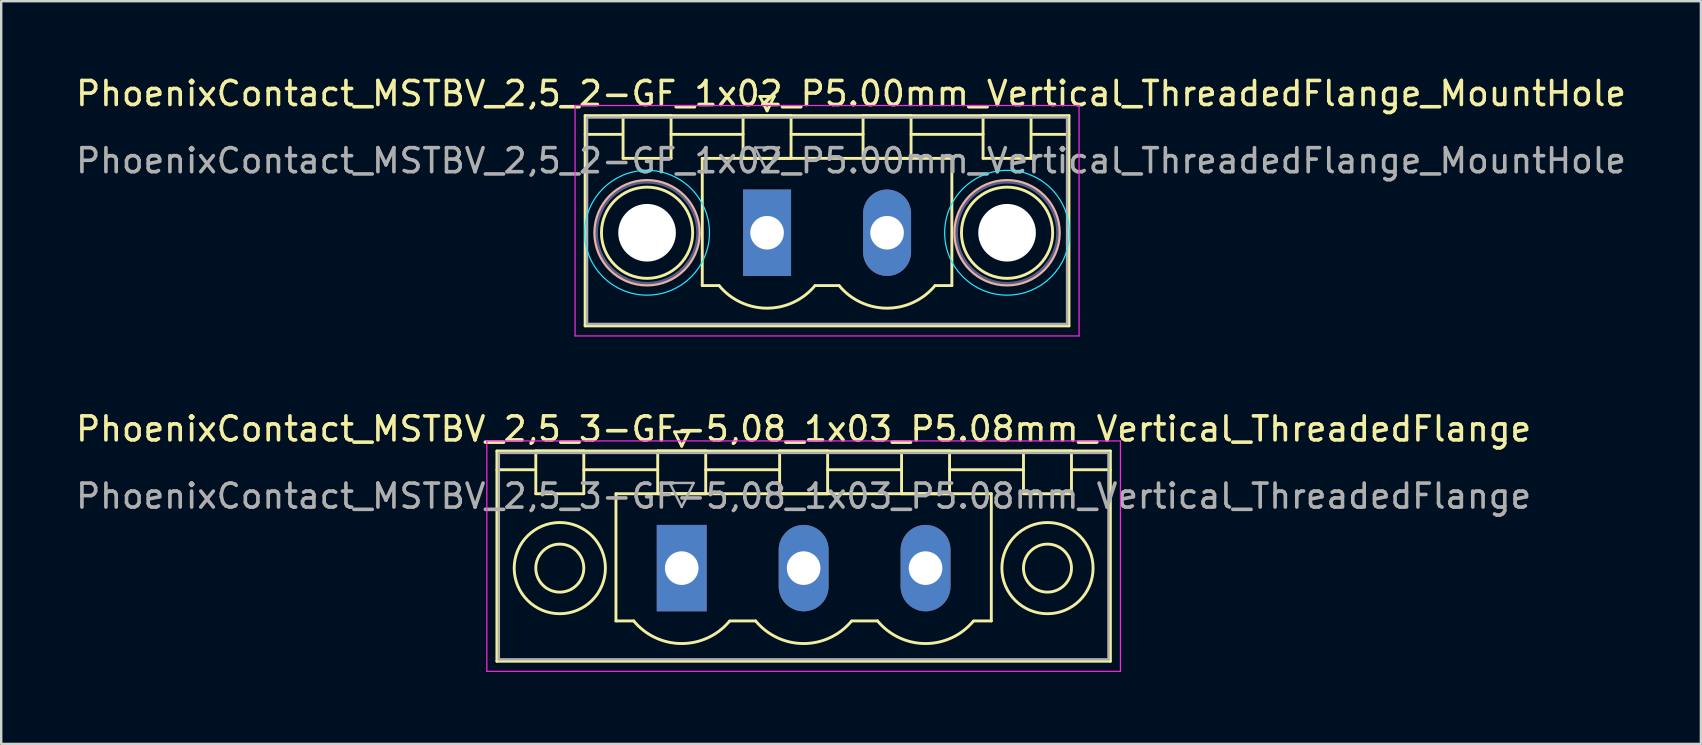
<source format=kicad_pcb>
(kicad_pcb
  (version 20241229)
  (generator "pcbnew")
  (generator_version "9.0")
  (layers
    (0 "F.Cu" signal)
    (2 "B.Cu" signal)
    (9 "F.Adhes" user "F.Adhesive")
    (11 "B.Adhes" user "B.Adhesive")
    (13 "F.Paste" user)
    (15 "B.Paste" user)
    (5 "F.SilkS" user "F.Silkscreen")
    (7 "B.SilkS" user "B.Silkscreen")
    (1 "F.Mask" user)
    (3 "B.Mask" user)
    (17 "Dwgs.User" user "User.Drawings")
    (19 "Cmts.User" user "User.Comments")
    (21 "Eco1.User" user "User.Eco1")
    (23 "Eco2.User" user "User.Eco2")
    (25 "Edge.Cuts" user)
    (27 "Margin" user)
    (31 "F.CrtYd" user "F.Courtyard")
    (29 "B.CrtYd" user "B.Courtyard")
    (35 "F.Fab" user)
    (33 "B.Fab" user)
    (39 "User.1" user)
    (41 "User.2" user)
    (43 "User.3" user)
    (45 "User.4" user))
  (footprint "PhoenixContact_MSTBV_2,5_3-GF-5,08_1x03_P5.08mm_Vertical_ThreadedFlange"
    (layer "F.Cu")
    (at 25.355 20.622)
    (property "Reference" "PhoenixContact_MSTBV_2,5_3-GF-5,08_1x03_P5.08mm_Vertical_ThreadedFlange" (at 5.08 -5.8 0) (layer "F.SilkS") (effects (font (size 1 1) (thickness 0.15))))
    (attr through_hole)
    (fp_line (start -7.7 -4.88) (end -7.7 3.88) (stroke (width 0.12) (type solid)) (layer "F.SilkS"))
    (fp_line (start -7.7 -4.1) (end -6.16 -4.1) (stroke (width 0.12) (type solid)) (layer "F.SilkS"))
    (fp_line (start -7.7 3.88) (end 17.86 3.88) (stroke (width 0.12) (type solid)) (layer "F.SilkS"))
    (fp_line (start -6.08 -4.88) (end -4.08 -4.88) (stroke (width 0.12) (type solid)) (layer "F.SilkS"))
    (fp_line (start -6.08 -3.1) (end -6.08 -4.88) (stroke (width 0.12) (type solid)) (layer "F.SilkS"))
    (fp_line (start -4.08 -4.88) (end -4.08 -3.1) (stroke (width 0.12) (type solid)) (layer "F.SilkS"))
    (fp_line (start -4.08 -4.1) (end -1 -4.1) (stroke (width 0.12) (type solid)) (layer "F.SilkS"))
    (fp_line (start -4.08 -3.1) (end -6.08 -3.1) (stroke (width 0.12) (type solid)) (layer "F.SilkS"))
    (fp_line (start -2.74 -3.1) (end 12.9 -3.1) (stroke (width 0.12) (type solid)) (layer "F.SilkS"))
    (fp_line (start -2.74 2.2) (end -2.74 -3.1) (stroke (width 0.12) (type solid)) (layer "F.SilkS"))
    (fp_line (start -2 2.2) (end -2.74 2.2) (stroke (width 0.12) (type solid)) (layer "F.SilkS"))
    (fp_line (start -1 -4.88) (end 1 -4.88) (stroke (width 0.12) (type solid)) (layer "F.SilkS"))
    (fp_line (start -1 -3.1) (end -1 -4.88) (stroke (width 0.12) (type solid)) (layer "F.SilkS"))
    (fp_line (start -0.3 -5.68) (end 0.3 -5.68) (stroke (width 0.12) (type solid)) (layer "F.SilkS"))
    (fp_line (start 0 -5.08) (end -0.3 -5.68) (stroke (width 0.12) (type solid)) (layer "F.SilkS"))
    (fp_line (start 0.3 -5.68) (end 0 -5.08) (stroke (width 0.12) (type solid)) (layer "F.SilkS"))
    (fp_line (start 1 -4.88) (end 1 -3.1) (stroke (width 0.12) (type solid)) (layer "F.SilkS"))
    (fp_line (start 1 -4.1) (end 4.08 -4.1) (stroke (width 0.12) (type solid)) (layer "F.SilkS"))
    (fp_line (start 1 -3.1) (end -1 -3.1) (stroke (width 0.12) (type solid)) (layer "F.SilkS"))
    (fp_line (start 2 2.2) (end 3.08 2.2) (stroke (width 0.12) (type solid)) (layer "F.SilkS"))
    (fp_line (start 4.08 -4.88) (end 6.08 -4.88) (stroke (width 0.12) (type solid)) (layer "F.SilkS"))
    (fp_line (start 4.08 -3.1) (end 4.08 -4.88) (stroke (width 0.12) (type solid)) (layer "F.SilkS"))
    (fp_line (start 6.08 -4.88) (end 6.08 -3.1) (stroke (width 0.12) (type solid)) (layer "F.SilkS"))
    (fp_line (start 6.08 -4.1) (end 9.16 -4.1) (stroke (width 0.12) (type solid)) (layer "F.SilkS"))
    (fp_line (start 6.08 -3.1) (end 4.08 -3.1) (stroke (width 0.12) (type solid)) (layer "F.SilkS"))
    (fp_line (start 7.08 2.2) (end 8.16 2.2) (stroke (width 0.12) (type solid)) (layer "F.SilkS"))
    (fp_line (start 9.16 -4.88) (end 11.16 -4.88) (stroke (width 0.12) (type solid)) (layer "F.SilkS"))
    (fp_line (start 9.16 -3.1) (end 9.16 -4.88) (stroke (width 0.12) (type solid)) (layer "F.SilkS"))
    (fp_line (start 11.16 -4.88) (end 11.16 -3.1) (stroke (width 0.12) (type solid)) (layer "F.SilkS"))
    (fp_line (start 11.16 -4.1) (end 14.24 -4.1) (stroke (width 0.12) (type solid)) (layer "F.SilkS"))
    (fp_line (start 11.16 -3.1) (end 9.16 -3.1) (stroke (width 0.12) (type solid)) (layer "F.SilkS"))
    (fp_line (start 12.9 -3.1) (end 12.9 2.2) (stroke (width 0.12) (type solid)) (layer "F.SilkS"))
    (fp_line (start 12.9 2.2) (end 12.16 2.2) (stroke (width 0.12) (type solid)) (layer "F.SilkS"))
    (fp_line (start 14.24 -4.88) (end 16.24 -4.88) (stroke (width 0.12) (type solid)) (layer "F.SilkS"))
    (fp_line (start 14.24 -3.1) (end 14.24 -4.88) (stroke (width 0.12) (type solid)) (layer "F.SilkS"))
    (fp_line (start 16.24 -4.88) (end 16.24 -3.1) (stroke (width 0.12) (type solid)) (layer "F.SilkS"))
    (fp_line (start 16.24 -3.1) (end 14.24 -3.1) (stroke (width 0.12) (type solid)) (layer "F.SilkS"))
    (fp_line (start 17.86 -4.88) (end -7.7 -4.88) (stroke (width 0.12) (type solid)) (layer "F.SilkS"))
    (fp_line (start 17.86 -4.1) (end 16.32 -4.1) (stroke (width 0.12) (type solid)) (layer "F.SilkS"))
    (fp_line (start 17.86 3.88) (end 17.86 -4.88) (stroke (width 0.12) (type solid)) (layer "F.SilkS"))
    (fp_arc (start 1.986842 2.215821) (mid -0.010289 3.142758) (end -2 2.2) (stroke (width 0.12) (type solid)) (layer "F.SilkS"))
    (fp_arc (start 7.066842 2.215821) (mid 5.069711 3.142758) (end 3.08 2.2) (stroke (width 0.12) (type solid)) (layer "F.SilkS"))
    (fp_arc (start 12.146842 2.215821) (mid 10.149711 3.142758) (end 8.16 2.2) (stroke (width 0.12) (type solid)) (layer "F.SilkS"))
    (fp_circle (center -5.08 0) (end -4.08 0) (stroke (width 0.12) (type solid)) (fill no) (layer "F.SilkS"))
    (fp_circle (center -5.08 0) (end -3.18 0) (stroke (width 0.12) (type solid)) (fill no) (layer "F.SilkS"))
    (fp_circle (center 15.24 0) (end 16.24 0) (stroke (width 0.12) (type solid)) (fill no) (layer "F.SilkS"))
    (fp_circle (center 15.24 0) (end 17.14 0) (stroke (width 0.12) (type solid)) (fill no) (layer "F.SilkS"))
    (fp_line (start -8.12 -5.3) (end -8.12 4.3) (stroke (width 0.05) (type solid)) (layer "F.CrtYd"))
    (fp_line (start -8.12 4.3) (end 18.28 4.3) (stroke (width 0.05) (type solid)) (layer "F.CrtYd"))
    (fp_line (start 18.28 -5.3) (end -8.12 -5.3) (stroke (width 0.05) (type solid)) (layer "F.CrtYd"))
    (fp_line (start 18.28 4.3) (end 18.28 -5.3) (stroke (width 0.05) (type solid)) (layer "F.CrtYd"))
    (fp_line (start -7.62 -4.8) (end -7.62 3.8) (stroke (width 0.1) (type solid)) (layer "F.Fab"))
    (fp_line (start -7.62 3.8) (end 17.78 3.8) (stroke (width 0.1) (type solid)) (layer "F.Fab"))
    (fp_line (start -0.5 -3.55) (end 0.5 -3.55) (stroke (width 0.1) (type solid)) (layer "F.Fab"))
    (fp_line (start 0 -2.55) (end -0.5 -3.55) (stroke (width 0.1) (type solid)) (layer "F.Fab"))
    (fp_line (start 0.5 -3.55) (end 0 -2.55) (stroke (width 0.1) (type solid)) (layer "F.Fab"))
    (fp_line (start 17.78 -4.8) (end -7.62 -4.8) (stroke (width 0.1) (type solid)) (layer "F.Fab"))
    (fp_line (start 17.78 3.8) (end 17.78 -4.8) (stroke (width 0.1) (type solid)) (layer "F.Fab"))
    (fp_text user "${REFERENCE}" (at 5.08 -3 0) (layer "F.Fab") (effects (font (size 1 1) (thickness 0.15))))
    (pad "1" thru_hole rect (at 0 0) (size 2.08 3.6) (drill 1.4) (layers "*.Cu" "*.Mask"))
    (pad "2" thru_hole oval (at 5.08 0) (size 2.08 3.6) (drill 1.4) (layers "*.Cu" "*.Mask"))
    (pad "3" thru_hole oval (at 10.16 0) (size 2.08 3.6) (drill 1.4) (layers "*.Cu" "*.Mask")))
  (footprint "PhoenixContact_MSTBV_2,5_2-GF_1x02_P5.00mm_Vertical_ThreadedFlange_MountHole"
    (layer "F.Cu")
    (at 28.911 6.648)
    (property "Reference" "PhoenixContact_MSTBV_2,5_2-GF_1x02_P5.00mm_Vertical_ThreadedFlange_MountHole" (at 3.5 -5.8 0) (layer "F.SilkS") (effects (font (size 1 1) (thickness 0.15))))
    (attr through_hole)
    (fp_line (start -7.58 -4.88) (end -7.58 3.88) (stroke (width 0.12) (type solid)) (layer "F.SilkS"))
    (fp_line (start -7.58 -4.1) (end -6.08 -4.1) (stroke (width 0.12) (type solid)) (layer "F.SilkS"))
    (fp_line (start -7.58 3.88) (end 12.58 3.88) (stroke (width 0.12) (type solid)) (layer "F.SilkS"))
    (fp_line (start -6 -4.88) (end -4 -4.88) (stroke (width 0.12) (type solid)) (layer "F.SilkS"))
    (fp_line (start -6 -3.1) (end -6 -4.88) (stroke (width 0.12) (type solid)) (layer "F.SilkS"))
    (fp_line (start -4 -4.88) (end -4 -3.1) (stroke (width 0.12) (type solid)) (layer "F.SilkS"))
    (fp_line (start -4 -4.1) (end -1 -4.1) (stroke (width 0.12) (type solid)) (layer "F.SilkS"))
    (fp_line (start -4 -3.1) (end -6 -3.1) (stroke (width 0.12) (type solid)) (layer "F.SilkS"))
    (fp_line (start -2.7 -3.1) (end 7.7 -3.1) (stroke (width 0.12) (type solid)) (layer "F.SilkS"))
    (fp_line (start -2.7 2.2) (end -2.7 -3.1) (stroke (width 0.12) (type solid)) (layer "F.SilkS"))
    (fp_line (start -2 2.2) (end -2.7 2.2) (stroke (width 0.12) (type solid)) (layer "F.SilkS"))
    (fp_line (start -1 -4.88) (end 1 -4.88) (stroke (width 0.12) (type solid)) (layer "F.SilkS"))
    (fp_line (start -1 -3.1) (end -1 -4.88) (stroke (width 0.12) (type solid)) (layer "F.SilkS"))
    (fp_line (start -0.3 -5.68) (end 0.3 -5.68) (stroke (width 0.12) (type solid)) (layer "F.SilkS"))
    (fp_line (start 0 -5.08) (end -0.3 -5.68) (stroke (width 0.12) (type solid)) (layer "F.SilkS"))
    (fp_line (start 0.3 -5.68) (end 0 -5.08) (stroke (width 0.12) (type solid)) (layer "F.SilkS"))
    (fp_line (start 1 -4.88) (end 1 -3.1) (stroke (width 0.12) (type solid)) (layer "F.SilkS"))
    (fp_line (start 1 -4.1) (end 4 -4.1) (stroke (width 0.12) (type solid)) (layer "F.SilkS"))
    (fp_line (start 1 -3.1) (end -1 -3.1) (stroke (width 0.12) (type solid)) (layer "F.SilkS"))
    (fp_line (start 2 2.2) (end 3 2.2) (stroke (width 0.12) (type solid)) (layer "F.SilkS"))
    (fp_line (start 4 -4.88) (end 6 -4.88) (stroke (width 0.12) (type solid)) (layer "F.SilkS"))
    (fp_line (start 4 -3.1) (end 4 -4.88) (stroke (width 0.12) (type solid)) (layer "F.SilkS"))
    (fp_line (start 6 -4.88) (end 6 -3.1) (stroke (width 0.12) (type solid)) (layer "F.SilkS"))
    (fp_line (start 6 -4.1) (end 9 -4.1) (stroke (width 0.12) (type solid)) (layer "F.SilkS"))
    (fp_line (start 6 -3.1) (end 4 -3.1) (stroke (width 0.12) (type solid)) (layer "F.SilkS"))
    (fp_line (start 7.7 -3.1) (end 7.7 2.2) (stroke (width 0.12) (type solid)) (layer "F.SilkS"))
    (fp_line (start 7.7 2.2) (end 7 2.2) (stroke (width 0.12) (type solid)) (layer "F.SilkS"))
    (fp_line (start 9 -4.88) (end 11 -4.88) (stroke (width 0.12) (type solid)) (layer "F.SilkS"))
    (fp_line (start 9 -3.1) (end 9 -4.88) (stroke (width 0.12) (type solid)) (layer "F.SilkS"))
    (fp_line (start 11 -4.88) (end 11 -3.1) (stroke (width 0.12) (type solid)) (layer "F.SilkS"))
    (fp_line (start 11 -3.1) (end 9 -3.1) (stroke (width 0.12) (type solid)) (layer "F.SilkS"))
    (fp_line (start 12.58 -4.88) (end -7.58 -4.88) (stroke (width 0.12) (type solid)) (layer "F.SilkS"))
    (fp_line (start 12.58 -4.1) (end 11.08 -4.1) (stroke (width 0.12) (type solid)) (layer "F.SilkS"))
    (fp_line (start 12.58 3.88) (end 12.58 -4.88) (stroke (width 0.12) (type solid)) (layer "F.SilkS"))
    (fp_arc (start 1.986842 2.215821) (mid -0.010289 3.142758) (end -2 2.2) (stroke (width 0.12) (type solid)) (layer "F.SilkS"))
    (fp_arc (start 6.986842 2.215821) (mid 4.989711 3.142758) (end 3 2.2) (stroke (width 0.12) (type solid)) (layer "F.SilkS"))
    (fp_circle (center -5 0) (end -3.1 0) (stroke (width 0.12) (type solid)) (fill no) (layer "F.SilkS"))
    (fp_circle (center 10 0) (end 11.9 0) (stroke (width 0.12) (type solid)) (fill no) (layer "F.SilkS"))
    (fp_circle (center -5 0) (end -2.82 0) (stroke (width 0.12) (type solid)) (fill no) (layer "B.SilkS"))
    (fp_circle (center 10 0) (end 12.18 0) (stroke (width 0.12) (type solid)) (fill no) (layer "B.SilkS"))
    (fp_circle (center -5 0) (end -2.4 0) (stroke (width 0.05) (type solid)) (fill no) (layer "B.CrtYd"))
    (fp_circle (center 10 0) (end 12.6 0) (stroke (width 0.05) (type solid)) (fill no) (layer "B.CrtYd"))
    (fp_line (start -8 -5.3) (end -8 4.3) (stroke (width 0.05) (type solid)) (layer "F.CrtYd"))
    (fp_line (start -8 4.3) (end 13 4.3) (stroke (width 0.05) (type solid)) (layer "F.CrtYd"))
    (fp_line (start 13 -5.3) (end -8 -5.3) (stroke (width 0.05) (type solid)) (layer "F.CrtYd"))
    (fp_line (start 13 4.3) (end 13 -5.3) (stroke (width 0.05) (type solid)) (layer "F.CrtYd"))
    (fp_circle (center -5 0) (end -2.9 0) (stroke (width 0.1) (type solid)) (fill no) (layer "B.Fab"))
    (fp_circle (center 10 0) (end 12.1 0) (stroke (width 0.1) (type solid)) (fill no) (layer "B.Fab"))
    (fp_line (start -7.5 -4.8) (end -7.5 3.8) (stroke (width 0.1) (type solid)) (layer "F.Fab"))
    (fp_line (start -7.5 3.8) (end 12.5 3.8) (stroke (width 0.1) (type solid)) (layer "F.Fab"))
    (fp_line (start -0.5 -3.55) (end 0.5 -3.55) (stroke (width 0.1) (type solid)) (layer "F.Fab"))
    (fp_line (start 0 -2.55) (end -0.5 -3.55) (stroke (width 0.1) (type solid)) (layer "F.Fab"))
    (fp_line (start 0.5 -3.55) (end 0 -2.55) (stroke (width 0.1) (type solid)) (layer "F.Fab"))
    (fp_line (start 12.5 -4.8) (end -7.5 -4.8) (stroke (width 0.1) (type solid)) (layer "F.Fab"))
    (fp_line (start 12.5 3.8) (end 12.5 -4.8) (stroke (width 0.1) (type solid)) (layer "F.Fab"))
    (fp_text user "${REFERENCE}" (at 3.5 -3 0) (layer "F.Fab") (effects (font (size 1 1) (thickness 0.15))))
    (pad "" np_thru_hole circle (at -5 0) (size 2.4 2.4) (drill 2.4) (layers "*.Cu" "*.Mask"))
    (pad "" np_thru_hole circle (at 10 0) (size 2.4 2.4) (drill 2.4) (layers "*.Cu" "*.Mask"))
    (pad "1" thru_hole rect (at 0 0) (size 2 3.6) (drill 1.4) (layers "*.Cu" "*.Mask"))
    (pad "2" thru_hole oval (at 5 0) (size 2 3.6) (drill 1.4) (layers "*.Cu" "*.Mask")))
  (gr_rect
    (start -3 -3)
    (end 67.821 27.947)
    (stroke (width 0.1) (type default))
    (fill no)
    (layer "Edge.Cuts")))
</source>
